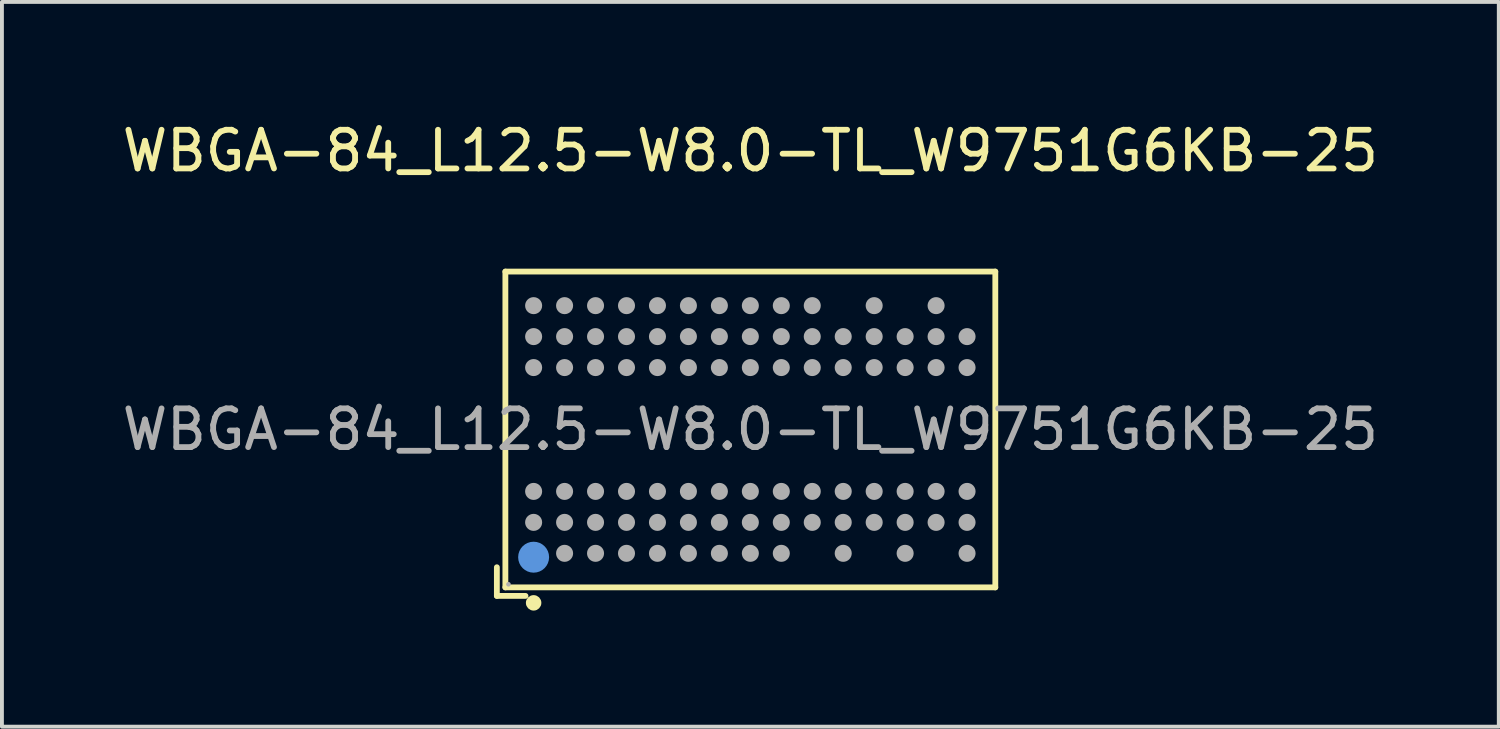
<source format=kicad_pcb>
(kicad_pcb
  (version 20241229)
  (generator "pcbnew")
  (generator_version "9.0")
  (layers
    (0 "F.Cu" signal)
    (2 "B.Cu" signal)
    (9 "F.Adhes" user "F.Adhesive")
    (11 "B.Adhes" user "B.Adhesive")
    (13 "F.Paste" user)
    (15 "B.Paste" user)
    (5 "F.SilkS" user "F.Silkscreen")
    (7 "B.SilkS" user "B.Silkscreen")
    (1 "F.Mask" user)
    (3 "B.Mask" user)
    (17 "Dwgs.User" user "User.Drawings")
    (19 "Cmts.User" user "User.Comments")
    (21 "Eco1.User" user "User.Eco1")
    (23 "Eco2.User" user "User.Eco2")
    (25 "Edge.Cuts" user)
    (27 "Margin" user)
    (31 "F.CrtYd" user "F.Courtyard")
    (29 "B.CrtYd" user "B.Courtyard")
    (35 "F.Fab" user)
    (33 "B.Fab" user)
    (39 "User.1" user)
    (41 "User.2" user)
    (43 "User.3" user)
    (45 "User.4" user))
  (footprint "WBGA-84_L12.5-W8.0-TL_W9751G6KB-25"
    (layer "F.Cu")
    (at 16.339 8.048)
    (property "Reference" "WBGA-84_L12.5-W8.0-TL_W9751G6KB-25" (at 0 -7.2 0) (layer "F.SilkS") (effects (font (size 1 1) (thickness 0.15))))
    (attr through_hole)
    (fp_line (start -6.55 3.56) (end -6.55 4.3) (stroke (width 0.15) (type solid)) (layer "F.SilkS"))
    (fp_line (start -6.55 4.3) (end -5.81 4.3) (stroke (width 0.15) (type solid)) (layer "F.SilkS"))
    (fp_line (start -6.33 -4.08) (end 6.33 -4.08) (stroke (width 0.15) (type solid)) (layer "F.SilkS"))
    (fp_line (start -6.33 4.08) (end -6.33 -4.08) (stroke (width 0.15) (type solid)) (layer "F.SilkS"))
    (fp_line (start 6.33 -4.08) (end 6.33 4.08) (stroke (width 0.15) (type solid)) (layer "F.SilkS"))
    (fp_line (start 6.33 4.08) (end -6.33 4.08) (stroke (width 0.15) (type solid)) (layer "F.SilkS"))
    (fp_circle (center -5.6 4.48) (end -5.5 4.48) (stroke (width 0.2) (type solid)) (fill no) (layer "F.SilkS"))
    (fp_circle (center -5.6 3.3) (end -5.4 3.3) (stroke (width 0.4) (type solid)) (fill no) (layer "Cmts.User"))
    (fp_circle (center -6.25 4) (end -6.22 4) (stroke (width 0.06) (type solid)) (fill no) (layer "F.Fab"))
    (fp_circle (center -5.6 -3.2) (end -5.49 -3.2) (stroke (width 0.22) (type solid)) (fill no) (layer "F.Fab"))
    (fp_circle (center -5.6 -2.4) (end -5.49 -2.4) (stroke (width 0.22) (type solid)) (fill no) (layer "F.Fab"))
    (fp_circle (center -5.6 -1.6) (end -5.49 -1.6) (stroke (width 0.22) (type solid)) (fill no) (layer "F.Fab"))
    (fp_circle (center -5.6 1.6) (end -5.49 1.6) (stroke (width 0.22) (type solid)) (fill no) (layer "F.Fab"))
    (fp_circle (center -5.6 2.4) (end -5.49 2.4) (stroke (width 0.22) (type solid)) (fill no) (layer "F.Fab"))
    (fp_circle (center -5.6 3.2) (end -5.49 3.2) (stroke (width 0.22) (type solid)) (fill no) (layer "F.Fab"))
    (fp_circle (center -4.8 -3.2) (end -4.69 -3.2) (stroke (width 0.22) (type solid)) (fill no) (layer "F.Fab"))
    (fp_circle (center -4.8 -2.4) (end -4.69 -2.4) (stroke (width 0.22) (type solid)) (fill no) (layer "F.Fab"))
    (fp_circle (center -4.8 -1.6) (end -4.69 -1.6) (stroke (width 0.22) (type solid)) (fill no) (layer "F.Fab"))
    (fp_circle (center -4.8 1.6) (end -4.69 1.6) (stroke (width 0.22) (type solid)) (fill no) (layer "F.Fab"))
    (fp_circle (center -4.8 2.4) (end -4.69 2.4) (stroke (width 0.22) (type solid)) (fill no) (layer "F.Fab"))
    (fp_circle (center -4.8 3.2) (end -4.69 3.2) (stroke (width 0.22) (type solid)) (fill no) (layer "F.Fab"))
    (fp_circle (center -4 -3.2) (end -3.89 -3.2) (stroke (width 0.22) (type solid)) (fill no) (layer "F.Fab"))
    (fp_circle (center -4 -2.4) (end -3.89 -2.4) (stroke (width 0.22) (type solid)) (fill no) (layer "F.Fab"))
    (fp_circle (center -4 -1.6) (end -3.89 -1.6) (stroke (width 0.22) (type solid)) (fill no) (layer "F.Fab"))
    (fp_circle (center -4 1.6) (end -3.89 1.6) (stroke (width 0.22) (type solid)) (fill no) (layer "F.Fab"))
    (fp_circle (center -4 2.4) (end -3.89 2.4) (stroke (width 0.22) (type solid)) (fill no) (layer "F.Fab"))
    (fp_circle (center -4 3.2) (end -3.89 3.2) (stroke (width 0.22) (type solid)) (fill no) (layer "F.Fab"))
    (fp_circle (center -3.2 -3.2) (end -3.09 -3.2) (stroke (width 0.22) (type solid)) (fill no) (layer "F.Fab"))
    (fp_circle (center -3.2 -2.4) (end -3.09 -2.4) (stroke (width 0.22) (type solid)) (fill no) (layer "F.Fab"))
    (fp_circle (center -3.2 -1.6) (end -3.09 -1.6) (stroke (width 0.22) (type solid)) (fill no) (layer "F.Fab"))
    (fp_circle (center -3.2 1.6) (end -3.09 1.6) (stroke (width 0.22) (type solid)) (fill no) (layer "F.Fab"))
    (fp_circle (center -3.2 2.4) (end -3.09 2.4) (stroke (width 0.22) (type solid)) (fill no) (layer "F.Fab"))
    (fp_circle (center -3.2 3.2) (end -3.09 3.2) (stroke (width 0.22) (type solid)) (fill no) (layer "F.Fab"))
    (fp_circle (center -2.4 -3.2) (end -2.29 -3.2) (stroke (width 0.22) (type solid)) (fill no) (layer "F.Fab"))
    (fp_circle (center -2.4 -2.4) (end -2.29 -2.4) (stroke (width 0.22) (type solid)) (fill no) (layer "F.Fab"))
    (fp_circle (center -2.4 -1.6) (end -2.29 -1.6) (stroke (width 0.22) (type solid)) (fill no) (layer "F.Fab"))
    (fp_circle (center -2.4 1.6) (end -2.29 1.6) (stroke (width 0.22) (type solid)) (fill no) (layer "F.Fab"))
    (fp_circle (center -2.4 2.4) (end -2.29 2.4) (stroke (width 0.22) (type solid)) (fill no) (layer "F.Fab"))
    (fp_circle (center -2.4 3.2) (end -2.29 3.2) (stroke (width 0.22) (type solid)) (fill no) (layer "F.Fab"))
    (fp_circle (center -1.6 -3.2) (end -1.49 -3.2) (stroke (width 0.22) (type solid)) (fill no) (layer "F.Fab"))
    (fp_circle (center -1.6 -2.4) (end -1.49 -2.4) (stroke (width 0.22) (type solid)) (fill no) (layer "F.Fab"))
    (fp_circle (center -1.6 -1.6) (end -1.49 -1.6) (stroke (width 0.22) (type solid)) (fill no) (layer "F.Fab"))
    (fp_circle (center -1.6 1.6) (end -1.49 1.6) (stroke (width 0.22) (type solid)) (fill no) (layer "F.Fab"))
    (fp_circle (center -1.6 2.4) (end -1.49 2.4) (stroke (width 0.22) (type solid)) (fill no) (layer "F.Fab"))
    (fp_circle (center -1.6 3.2) (end -1.49 3.2) (stroke (width 0.22) (type solid)) (fill no) (layer "F.Fab"))
    (fp_circle (center -0.8 -3.2) (end -0.69 -3.2) (stroke (width 0.22) (type solid)) (fill no) (layer "F.Fab"))
    (fp_circle (center -0.8 -2.4) (end -0.69 -2.4) (stroke (width 0.22) (type solid)) (fill no) (layer "F.Fab"))
    (fp_circle (center -0.8 -1.6) (end -0.69 -1.6) (stroke (width 0.22) (type solid)) (fill no) (layer "F.Fab"))
    (fp_circle (center -0.8 1.6) (end -0.69 1.6) (stroke (width 0.22) (type solid)) (fill no) (layer "F.Fab"))
    (fp_circle (center -0.8 2.4) (end -0.69 2.4) (stroke (width 0.22) (type solid)) (fill no) (layer "F.Fab"))
    (fp_circle (center -0.8 3.2) (end -0.69 3.2) (stroke (width 0.22) (type solid)) (fill no) (layer "F.Fab"))
    (fp_circle (center 0 -3.2) (end 0.11 -3.2) (stroke (width 0.22) (type solid)) (fill no) (layer "F.Fab"))
    (fp_circle (center 0 -2.4) (end 0.11 -2.4) (stroke (width 0.22) (type solid)) (fill no) (layer "F.Fab"))
    (fp_circle (center 0 -1.6) (end 0.11 -1.6) (stroke (width 0.22) (type solid)) (fill no) (layer "F.Fab"))
    (fp_circle (center 0 1.6) (end 0.11 1.6) (stroke (width 0.22) (type solid)) (fill no) (layer "F.Fab"))
    (fp_circle (center 0 2.4) (end 0.11 2.4) (stroke (width 0.22) (type solid)) (fill no) (layer "F.Fab"))
    (fp_circle (center 0 3.2) (end 0.11 3.2) (stroke (width 0.22) (type solid)) (fill no) (layer "F.Fab"))
    (fp_circle (center 0.8 -3.2) (end 0.91 -3.2) (stroke (width 0.22) (type solid)) (fill no) (layer "F.Fab"))
    (fp_circle (center 0.8 -2.4) (end 0.91 -2.4) (stroke (width 0.22) (type solid)) (fill no) (layer "F.Fab"))
    (fp_circle (center 0.8 -1.6) (end 0.91 -1.6) (stroke (width 0.22) (type solid)) (fill no) (layer "F.Fab"))
    (fp_circle (center 0.8 1.6) (end 0.91 1.6) (stroke (width 0.22) (type solid)) (fill no) (layer "F.Fab"))
    (fp_circle (center 0.8 2.4) (end 0.91 2.4) (stroke (width 0.22) (type solid)) (fill no) (layer "F.Fab"))
    (fp_circle (center 0.8 3.2) (end 0.91 3.2) (stroke (width 0.22) (type solid)) (fill no) (layer "F.Fab"))
    (fp_circle (center 1.6 -3.2) (end 1.71 -3.2) (stroke (width 0.22) (type solid)) (fill no) (layer "F.Fab"))
    (fp_circle (center 1.6 -2.4) (end 1.71 -2.4) (stroke (width 0.22) (type solid)) (fill no) (layer "F.Fab"))
    (fp_circle (center 1.6 -1.6) (end 1.71 -1.6) (stroke (width 0.22) (type solid)) (fill no) (layer "F.Fab"))
    (fp_circle (center 1.6 1.6) (end 1.71 1.6) (stroke (width 0.22) (type solid)) (fill no) (layer "F.Fab"))
    (fp_circle (center 1.6 2.4) (end 1.71 2.4) (stroke (width 0.22) (type solid)) (fill no) (layer "F.Fab"))
    (fp_circle (center 2.4 -2.4) (end 2.51 -2.4) (stroke (width 0.22) (type solid)) (fill no) (layer "F.Fab"))
    (fp_circle (center 2.4 -1.6) (end 2.51 -1.6) (stroke (width 0.22) (type solid)) (fill no) (layer "F.Fab"))
    (fp_circle (center 2.4 1.6) (end 2.51 1.6) (stroke (width 0.22) (type solid)) (fill no) (layer "F.Fab"))
    (fp_circle (center 2.4 2.4) (end 2.51 2.4) (stroke (width 0.22) (type solid)) (fill no) (layer "F.Fab"))
    (fp_circle (center 2.4 3.2) (end 2.51 3.2) (stroke (width 0.22) (type solid)) (fill no) (layer "F.Fab"))
    (fp_circle (center 3.2 -3.2) (end 3.31 -3.2) (stroke (width 0.22) (type solid)) (fill no) (layer "F.Fab"))
    (fp_circle (center 3.2 -2.4) (end 3.31 -2.4) (stroke (width 0.22) (type solid)) (fill no) (layer "F.Fab"))
    (fp_circle (center 3.2 -1.6) (end 3.31 -1.6) (stroke (width 0.22) (type solid)) (fill no) (layer "F.Fab"))
    (fp_circle (center 3.2 1.6) (end 3.31 1.6) (stroke (width 0.22) (type solid)) (fill no) (layer "F.Fab"))
    (fp_circle (center 3.2 2.4) (end 3.31 2.4) (stroke (width 0.22) (type solid)) (fill no) (layer "F.Fab"))
    (fp_circle (center 4 -2.4) (end 4.11 -2.4) (stroke (width 0.22) (type solid)) (fill no) (layer "F.Fab"))
    (fp_circle (center 4 -1.6) (end 4.11 -1.6) (stroke (width 0.22) (type solid)) (fill no) (layer "F.Fab"))
    (fp_circle (center 4 1.6) (end 4.11 1.6) (stroke (width 0.22) (type solid)) (fill no) (layer "F.Fab"))
    (fp_circle (center 4 2.4) (end 4.11 2.4) (stroke (width 0.22) (type solid)) (fill no) (layer "F.Fab"))
    (fp_circle (center 4 3.2) (end 4.11 3.2) (stroke (width 0.22) (type solid)) (fill no) (layer "F.Fab"))
    (fp_circle (center 4.8 -3.2) (end 4.91 -3.2) (stroke (width 0.22) (type solid)) (fill no) (layer "F.Fab"))
    (fp_circle (center 4.8 -2.4) (end 4.91 -2.4) (stroke (width 0.22) (type solid)) (fill no) (layer "F.Fab"))
    (fp_circle (center 4.8 -1.6) (end 4.91 -1.6) (stroke (width 0.22) (type solid)) (fill no) (layer "F.Fab"))
    (fp_circle (center 4.8 1.6) (end 4.91 1.6) (stroke (width 0.22) (type solid)) (fill no) (layer "F.Fab"))
    (fp_circle (center 4.8 2.4) (end 4.91 2.4) (stroke (width 0.22) (type solid)) (fill no) (layer "F.Fab"))
    (fp_circle (center 5.6 -2.4) (end 5.71 -2.4) (stroke (width 0.22) (type solid)) (fill no) (layer "F.Fab"))
    (fp_circle (center 5.6 -1.6) (end 5.71 -1.6) (stroke (width 0.22) (type solid)) (fill no) (layer "F.Fab"))
    (fp_circle (center 5.6 1.6) (end 5.71 1.6) (stroke (width 0.22) (type solid)) (fill no) (layer "F.Fab"))
    (fp_circle (center 5.6 2.4) (end 5.71 2.4) (stroke (width 0.22) (type solid)) (fill no) (layer "F.Fab"))
    (fp_circle (center 5.6 3.2) (end 5.71 3.2) (stroke (width 0.22) (type solid)) (fill no) (layer "F.Fab"))
    (fp_text user "${REFERENCE}" (at 0 0 0) (layer "F.Fab") (effects (font (size 1 1) (thickness 0.15))))
    (pad "A1" smd circle (at -5.6 3.2) (size 0.36 0.36) (layers "F.Cu" "F.Mask" "F.Paste"))
    (pad "A2" smd circle (at -5.6 2.4) (size 0.36 0.36) (layers "F.Cu" "F.Mask" "F.Paste"))
    (pad "A3" smd circle (at -5.6 1.6) (size 0.36 0.36) (layers "F.Cu" "F.Mask" "F.Paste"))
    (pad "A7" smd circle (at -5.6 -1.6) (size 0.36 0.36) (layers "F.Cu" "F.Mask" "F.Paste"))
    (pad "A8" smd circle (at -5.6 -2.4) (size 0.36 0.36) (layers "F.Cu" "F.Mask" "F.Paste"))
    (pad "A9" smd circle (at -5.6 -3.2) (size 0.36 0.36) (layers "F.Cu" "F.Mask" "F.Paste"))
    (pad "B1" smd circle (at -4.8 3.2) (size 0.36 0.36) (layers "F.Cu" "F.Mask" "F.Paste"))
    (pad "B2" smd circle (at -4.8 2.4) (size 0.36 0.36) (layers "F.Cu" "F.Mask" "F.Paste"))
    (pad "B3" smd circle (at -4.8 1.6) (size 0.36 0.36) (layers "F.Cu" "F.Mask" "F.Paste"))
    (pad "B7" smd circle (at -4.8 -1.6) (size 0.36 0.36) (layers "F.Cu" "F.Mask" "F.Paste"))
    (pad "B8" smd circle (at -4.8 -2.4) (size 0.36 0.36) (layers "F.Cu" "F.Mask" "F.Paste"))
    (pad "B9" smd circle (at -4.8 -3.2) (size 0.36 0.36) (layers "F.Cu" "F.Mask" "F.Paste"))
    (pad "C1" smd circle (at -4 3.2) (size 0.36 0.36) (layers "F.Cu" "F.Mask" "F.Paste"))
    (pad "C2" smd circle (at -4 2.4) (size 0.36 0.36) (layers "F.Cu" "F.Mask" "F.Paste"))
    (pad "C3" smd circle (at -4 1.6) (size 0.36 0.36) (layers "F.Cu" "F.Mask" "F.Paste"))
    (pad "C7" smd circle (at -4 -1.6) (size 0.36 0.36) (layers "F.Cu" "F.Mask" "F.Paste"))
    (pad "C8" smd circle (at -4 -2.4) (size 0.36 0.36) (layers "F.Cu" "F.Mask" "F.Paste"))
    (pad "C9" smd circle (at -4 -3.2) (size 0.36 0.36) (layers "F.Cu" "F.Mask" "F.Paste"))
    (pad "D1" smd circle (at -3.2 3.2) (size 0.36 0.36) (layers "F.Cu" "F.Mask" "F.Paste"))
    (pad "D2" smd circle (at -3.2 2.4) (size 0.36 0.36) (layers "F.Cu" "F.Mask" "F.Paste"))
    (pad "D3" smd circle (at -3.2 1.6) (size 0.36 0.36) (layers "F.Cu" "F.Mask" "F.Paste"))
    (pad "D7" smd circle (at -3.2 -1.6) (size 0.36 0.36) (layers "F.Cu" "F.Mask" "F.Paste"))
    (pad "D8" smd circle (at -3.2 -2.4) (size 0.36 0.36) (layers "F.Cu" "F.Mask" "F.Paste"))
    (pad "D9" smd circle (at -3.2 -3.2) (size 0.36 0.36) (layers "F.Cu" "F.Mask" "F.Paste"))
    (pad "E1" smd circle (at -2.4 3.2) (size 0.36 0.36) (layers "F.Cu" "F.Mask" "F.Paste"))
    (pad "E2" smd circle (at -2.4 2.4) (size 0.36 0.36) (layers "F.Cu" "F.Mask" "F.Paste"))
    (pad "E3" smd circle (at -2.4 1.6) (size 0.36 0.36) (layers "F.Cu" "F.Mask" "F.Paste"))
    (pad "E7" smd circle (at -2.4 -1.6) (size 0.36 0.36) (layers "F.Cu" "F.Mask" "F.Paste"))
    (pad "E8" smd circle (at -2.4 -2.4) (size 0.36 0.36) (layers "F.Cu" "F.Mask" "F.Paste"))
    (pad "E9" smd circle (at -2.4 -3.2) (size 0.36 0.36) (layers "F.Cu" "F.Mask" "F.Paste"))
    (pad "F1" smd circle (at -1.6 3.2) (size 0.36 0.36) (layers "F.Cu" "F.Mask" "F.Paste"))
    (pad "F2" smd circle (at -1.6 2.4) (size 0.36 0.36) (layers "F.Cu" "F.Mask" "F.Paste"))
    (pad "F3" smd circle (at -1.6 1.6) (size 0.36 0.36) (layers "F.Cu" "F.Mask" "F.Paste"))
    (pad "F7" smd circle (at -1.6 -1.6) (size 0.36 0.36) (layers "F.Cu" "F.Mask" "F.Paste"))
    (pad "F8" smd circle (at -1.6 -2.4) (size 0.36 0.36) (layers "F.Cu" "F.Mask" "F.Paste"))
    (pad "F9" smd circle (at -1.6 -3.2) (size 0.36 0.36) (layers "F.Cu" "F.Mask" "F.Paste"))
    (pad "G1" smd circle (at -0.8 3.2) (size 0.36 0.36) (layers "F.Cu" "F.Mask" "F.Paste"))
    (pad "G2" smd circle (at -0.8 2.4) (size 0.36 0.36) (layers "F.Cu" "F.Mask" "F.Paste"))
    (pad "G3" smd circle (at -0.8 1.6) (size 0.36 0.36) (layers "F.Cu" "F.Mask" "F.Paste"))
    (pad "G7" smd circle (at -0.8 -1.6) (size 0.36 0.36) (layers "F.Cu" "F.Mask" "F.Paste"))
    (pad "G8" smd circle (at -0.8 -2.4) (size 0.36 0.36) (layers "F.Cu" "F.Mask" "F.Paste"))
    (pad "G9" smd circle (at -0.8 -3.2) (size 0.36 0.36) (layers "F.Cu" "F.Mask" "F.Paste"))
    (pad "H1" smd circle (at 0 3.2) (size 0.36 0.36) (layers "F.Cu" "F.Mask" "F.Paste"))
    (pad "H2" smd circle (at 0 2.4) (size 0.36 0.36) (layers "F.Cu" "F.Mask" "F.Paste"))
    (pad "H3" smd circle (at 0 1.6) (size 0.36 0.36) (layers "F.Cu" "F.Mask" "F.Paste"))
    (pad "H7" smd circle (at 0 -1.6) (size 0.36 0.36) (layers "F.Cu" "F.Mask" "F.Paste"))
    (pad "H8" smd circle (at 0 -2.4) (size 0.36 0.36) (layers "F.Cu" "F.Mask" "F.Paste"))
    (pad "H9" smd circle (at 0 -3.2) (size 0.36 0.36) (layers "F.Cu" "F.Mask" "F.Paste"))
    (pad "J1" smd circle (at 0.8 3.2) (size 0.36 0.36) (layers "F.Cu" "F.Mask" "F.Paste"))
    (pad "J2" smd circle (at 0.8 2.4) (size 0.36 0.36) (layers "F.Cu" "F.Mask" "F.Paste"))
    (pad "J3" smd circle (at 0.8 1.6) (size 0.36 0.36) (layers "F.Cu" "F.Mask" "F.Paste"))
    (pad "J7" smd circle (at 0.8 -1.6) (size 0.36 0.36) (layers "F.Cu" "F.Mask" "F.Paste"))
    (pad "J8" smd circle (at 0.8 -2.4) (size 0.36 0.36) (layers "F.Cu" "F.Mask" "F.Paste"))
    (pad "J9" smd circle (at 0.8 -3.2) (size 0.36 0.36) (layers "F.Cu" "F.Mask" "F.Paste"))
    (pad "K2" smd circle (at 1.6 2.4) (size 0.36 0.36) (layers "F.Cu" "F.Mask" "F.Paste"))
    (pad "K3" smd circle (at 1.6 1.6) (size 0.36 0.36) (layers "F.Cu" "F.Mask" "F.Paste"))
    (pad "K7" smd circle (at 1.6 -1.6) (size 0.36 0.36) (layers "F.Cu" "F.Mask" "F.Paste"))
    (pad "K8" smd circle (at 1.6 -2.4) (size 0.36 0.36) (layers "F.Cu" "F.Mask" "F.Paste"))
    (pad "K9" smd circle (at 1.6 -3.2) (size 0.36 0.36) (layers "F.Cu" "F.Mask" "F.Paste"))
    (pad "L1" smd circle (at 2.4 3.2) (size 0.36 0.36) (layers "F.Cu" "F.Mask" "F.Paste"))
    (pad "L2" smd circle (at 2.4 2.4) (size 0.36 0.36) (layers "F.Cu" "F.Mask" "F.Paste"))
    (pad "L3" smd circle (at 2.4 1.6) (size 0.36 0.36) (layers "F.Cu" "F.Mask" "F.Paste"))
    (pad "L7" smd circle (at 2.4 -1.6) (size 0.36 0.36) (layers "F.Cu" "F.Mask" "F.Paste"))
    (pad "L8" smd circle (at 2.4 -2.4) (size 0.36 0.36) (layers "F.Cu" "F.Mask" "F.Paste"))
    (pad "M2" smd circle (at 3.2 2.4) (size 0.36 0.36) (layers "F.Cu" "F.Mask" "F.Paste"))
    (pad "M3" smd circle (at 3.2 1.6) (size 0.36 0.36) (layers "F.Cu" "F.Mask" "F.Paste"))
    (pad "M7" smd circle (at 3.2 -1.6) (size 0.36 0.36) (layers "F.Cu" "F.Mask" "F.Paste"))
    (pad "M8" smd circle (at 3.2 -2.4) (size 0.36 0.36) (layers "F.Cu" "F.Mask" "F.Paste"))
    (pad "M9" smd circle (at 3.2 -3.2) (size 0.36 0.36) (layers "F.Cu" "F.Mask" "F.Paste"))
    (pad "N1" smd circle (at 4 3.2) (size 0.36 0.36) (layers "F.Cu" "F.Mask" "F.Paste"))
    (pad "N2" smd circle (at 4 2.4) (size 0.36 0.36) (layers "F.Cu" "F.Mask" "F.Paste"))
    (pad "N3" smd circle (at 4 1.6) (size 0.36 0.36) (layers "F.Cu" "F.Mask" "F.Paste"))
    (pad "N7" smd circle (at 4 -1.6) (size 0.36 0.36) (layers "F.Cu" "F.Mask" "F.Paste"))
    (pad "N8" smd circle (at 4 -2.4) (size 0.36 0.36) (layers "F.Cu" "F.Mask" "F.Paste"))
    (pad "P2" smd circle (at 4.8 2.4) (size 0.36 0.36) (layers "F.Cu" "F.Mask" "F.Paste"))
    (pad "P3" smd circle (at 4.8 1.6) (size 0.36 0.36) (layers "F.Cu" "F.Mask" "F.Paste"))
    (pad "P7" smd circle (at 4.8 -1.6) (size 0.36 0.36) (layers "F.Cu" "F.Mask" "F.Paste"))
    (pad "P8" smd circle (at 4.8 -2.4) (size 0.36 0.36) (layers "F.Cu" "F.Mask" "F.Paste"))
    (pad "P9" smd circle (at 4.8 -3.2) (size 0.36 0.36) (layers "F.Cu" "F.Mask" "F.Paste"))
    (pad "R1" smd circle (at 5.6 3.2) (size 0.36 0.36) (layers "F.Cu" "F.Mask" "F.Paste"))
    (pad "R2" smd circle (at 5.6 2.4) (size 0.36 0.36) (layers "F.Cu" "F.Mask" "F.Paste"))
    (pad "R3" smd circle (at 5.6 1.6) (size 0.36 0.36) (layers "F.Cu" "F.Mask" "F.Paste"))
    (pad "R7" smd circle (at 5.6 -1.6) (size 0.36 0.36) (layers "F.Cu" "F.Mask" "F.Paste"))
    (pad "R8" smd circle (at 5.6 -2.4) (size 0.36 0.36) (layers "F.Cu" "F.Mask" "F.Paste")))
  (gr_rect
    (start -3 -3)
    (end 35.679 15.728)
    (stroke (width 0.1) (type default))
    (fill no)
    (layer "Edge.Cuts")))
</source>
